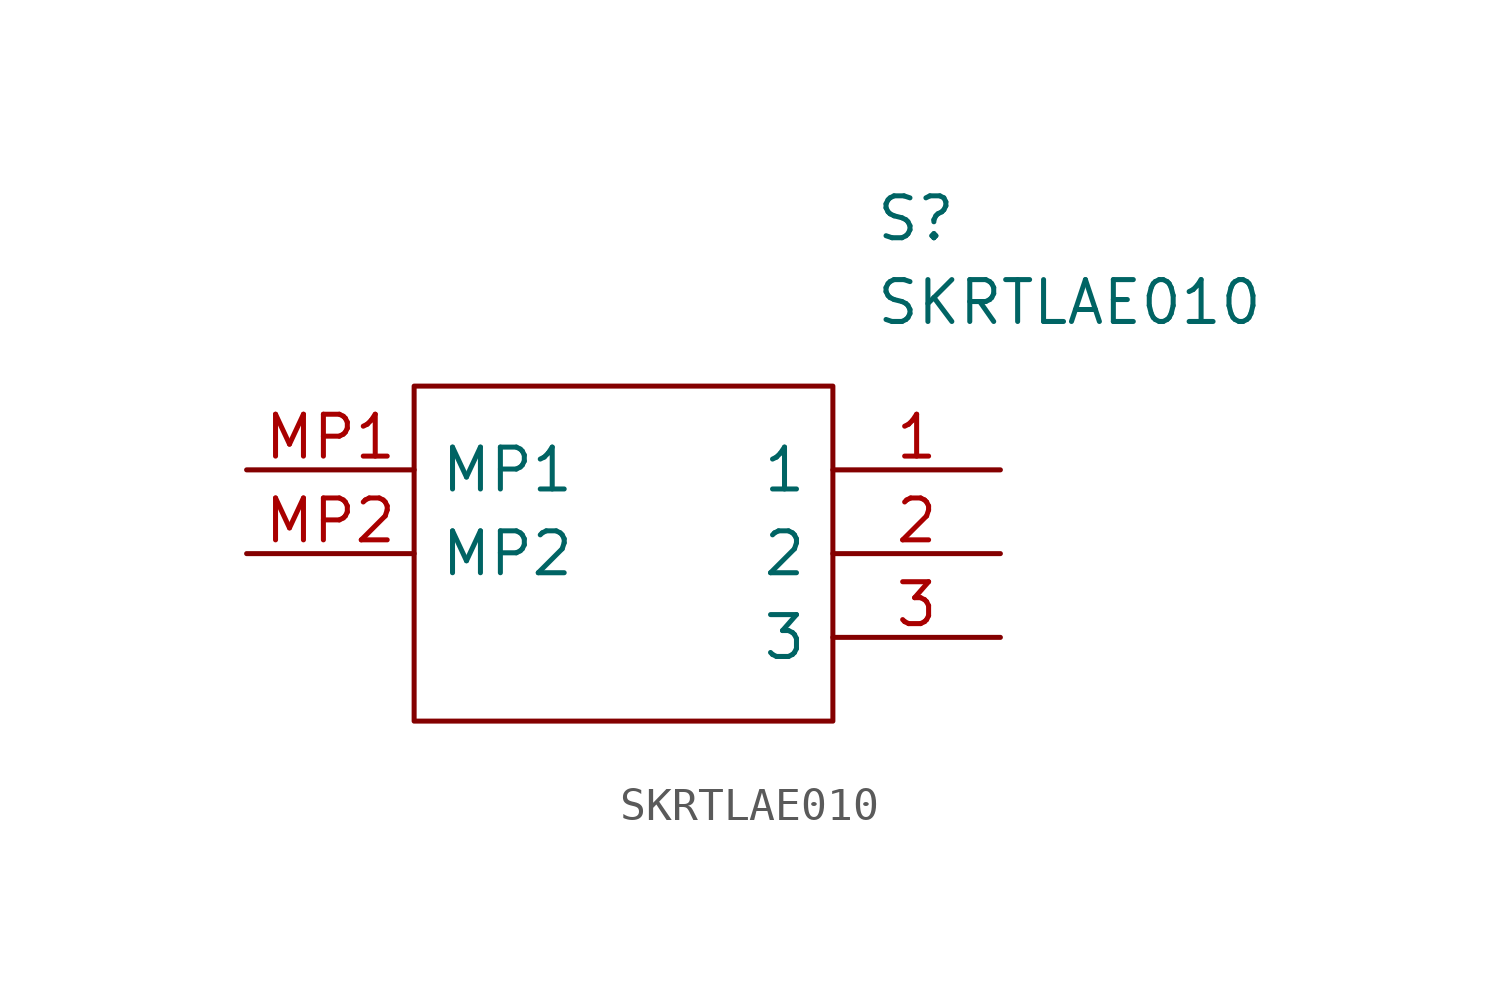
<source format=kicad_sym>
(kicad_symbol_lib
  (version 20231120)
  (generator "kicad_symbol_editor")
  (generator_version "8.0")
  (symbol "SKRTLAE010"
    (pin_names
      (offset 0.762))
    (property "Reference" "S"
      (at 19.05 7.62 0)
      (effects (font (size 1.27 1.27)) (justify left)))
    (property "Value" "SKRTLAE010"
      (at 19.05 5.08 0)
      (effects (font (size 1.27 1.27)) (justify left)))
    (symbol "SKRTLAE010_0_0"
      (pin passive line (at 22.86 0 180) (length 5.08) (name "1" (effects (font (size 1.27 1.27)))) (number "1" (effects (font (size 1.27 1.27)))))
      (pin passive line (at 22.86 -2.54 180) (length 5.08) (name "2" (effects (font (size 1.27 1.27)))) (number "2" (effects (font (size 1.27 1.27)))))
      (pin passive line (at 22.86 -5.08 180) (length 5.08) (name "3" (effects (font (size 1.27 1.27)))) (number "3" (effects (font (size 1.27 1.27)))))
      (pin passive line (at 0 0 0) (length 5.08) (name "MP1" (effects (font (size 1.27 1.27)))) (number "MP1" (effects (font (size 1.27 1.27)))))
      (pin passive line (at 0 -2.54 0) (length 5.08) (name "MP2" (effects (font (size 1.27 1.27)))) (number "MP2" (effects (font (size 1.27 1.27))))))
    (symbol "SKRTLAE010_0_1"
      (polyline (pts (xy 5.08 2.54) (xy 17.78 2.54) (xy 17.78 -7.62) (xy 5.08 -7.62) (xy 5.08 2.54)) (stroke (width 0.152) (type solid)) (fill (type none))))))
</source>
